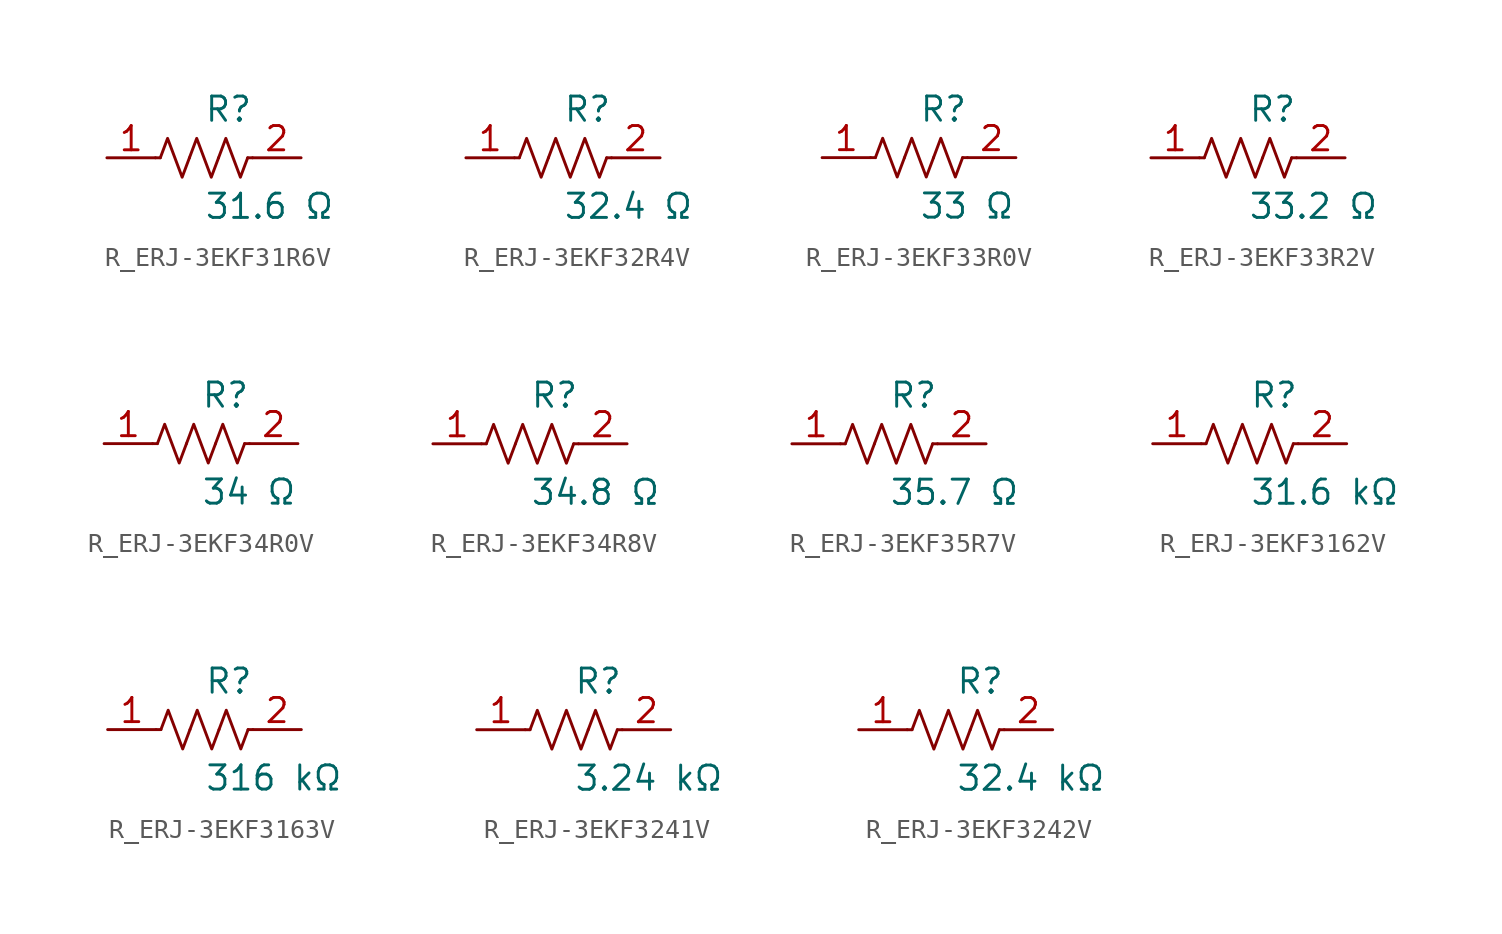
<source format=kicad_sym>
(kicad_symbol_lib
  (version 20231120)
  (generator kicad_symbol_editor)
  (generator_version 8.0)
  (symbol "R_ERJ-3EKF31R6V"
    (pin_names
      (offset 0.254))
    (property "Reference" "R"
      (at 0.0 2.54 0)
      (effects (font (size 1.27 1.27)) (justify left)))
    (property "Value" "31.6 Ω"
      (at 0.0 -2.54 0)
      (effects (font (size 1.27 1.27)) (justify left)))
    (symbol "R_ERJ-3EKF31R6V_0_1"
      (polyline (pts (xy 2.286 0) (xy 2.54 0)) (stroke (width 0) (type default)) (fill (type none)))
      (polyline (pts (xy -2.286 0) (xy -2.54 0)) (stroke (width 0) (type default)) (fill (type none)))
      (polyline (pts (xy 0.762 0) (xy 1.143 1.016) (xy 1.524 0) (xy 1.905 -1.016) (xy 2.286 0)) (stroke (width 0) (type default)) (fill (type none)))
      (polyline (pts (xy -0.762 0) (xy -0.381 1.016) (xy 0 0) (xy 0.381 -1.016) (xy 0.762 0)) (stroke (width 0) (type default)) (fill (type none)))
      (polyline (pts (xy -2.286 0) (xy -1.905 1.016) (xy -1.524 0) (xy -1.143 -1.016) (xy -0.762 0)) (stroke (width 0) (type default)) (fill (type none))))
    (pin unspecified line
      (at -5.08 0 0)
      (length 2.54)
      (name "" (effects (font (size 1.27 1.27))))
      (number "1" (effects (font (size 1.27 1.27)))))
    (pin unspecified line
      (at 5.08 0 180)
      (length 2.54)
      (name "" (effects (font (size 1.27 1.27))))
      (number "2" (effects (font (size 1.27 1.27))))))
  (symbol "R_ERJ-3EKF32R4V"
    (pin_names
      (offset 0.254))
    (property "Reference" "R"
      (at 0.0 2.54 0)
      (effects (font (size 1.27 1.27)) (justify left)))
    (property "Value" "32.4 Ω"
      (at 0.0 -2.54 0)
      (effects (font (size 1.27 1.27)) (justify left)))
    (symbol "R_ERJ-3EKF32R4V_0_1"
      (polyline (pts (xy 2.286 0) (xy 2.54 0)) (stroke (width 0) (type default)) (fill (type none)))
      (polyline (pts (xy -2.286 0) (xy -2.54 0)) (stroke (width 0) (type default)) (fill (type none)))
      (polyline (pts (xy 0.762 0) (xy 1.143 1.016) (xy 1.524 0) (xy 1.905 -1.016) (xy 2.286 0)) (stroke (width 0) (type default)) (fill (type none)))
      (polyline (pts (xy -0.762 0) (xy -0.381 1.016) (xy 0 0) (xy 0.381 -1.016) (xy 0.762 0)) (stroke (width 0) (type default)) (fill (type none)))
      (polyline (pts (xy -2.286 0) (xy -1.905 1.016) (xy -1.524 0) (xy -1.143 -1.016) (xy -0.762 0)) (stroke (width 0) (type default)) (fill (type none))))
    (pin unspecified line
      (at -5.08 0 0)
      (length 2.54)
      (name "" (effects (font (size 1.27 1.27))))
      (number "1" (effects (font (size 1.27 1.27)))))
    (pin unspecified line
      (at 5.08 0 180)
      (length 2.54)
      (name "" (effects (font (size 1.27 1.27))))
      (number "2" (effects (font (size 1.27 1.27))))))
  (symbol "R_ERJ-3EKF33R0V"
    (pin_names
      (offset 0.254))
    (property "Reference" "R"
      (at 0.0 2.54 0)
      (effects (font (size 1.27 1.27)) (justify left)))
    (property "Value" "33 Ω"
      (at 0.0 -2.54 0)
      (effects (font (size 1.27 1.27)) (justify left)))
    (symbol "R_ERJ-3EKF33R0V_0_1"
      (polyline (pts (xy 2.286 0) (xy 2.54 0)) (stroke (width 0) (type default)) (fill (type none)))
      (polyline (pts (xy -2.286 0) (xy -2.54 0)) (stroke (width 0) (type default)) (fill (type none)))
      (polyline (pts (xy 0.762 0) (xy 1.143 1.016) (xy 1.524 0) (xy 1.905 -1.016) (xy 2.286 0)) (stroke (width 0) (type default)) (fill (type none)))
      (polyline (pts (xy -0.762 0) (xy -0.381 1.016) (xy 0 0) (xy 0.381 -1.016) (xy 0.762 0)) (stroke (width 0) (type default)) (fill (type none)))
      (polyline (pts (xy -2.286 0) (xy -1.905 1.016) (xy -1.524 0) (xy -1.143 -1.016) (xy -0.762 0)) (stroke (width 0) (type default)) (fill (type none))))
    (pin unspecified line
      (at -5.08 0 0)
      (length 2.54)
      (name "" (effects (font (size 1.27 1.27))))
      (number "1" (effects (font (size 1.27 1.27)))))
    (pin unspecified line
      (at 5.08 0 180)
      (length 2.54)
      (name "" (effects (font (size 1.27 1.27))))
      (number "2" (effects (font (size 1.27 1.27))))))
  (symbol "R_ERJ-3EKF33R2V"
    (pin_names
      (offset 0.254))
    (property "Reference" "R"
      (at 0.0 2.54 0)
      (effects (font (size 1.27 1.27)) (justify left)))
    (property "Value" "33.2 Ω"
      (at 0.0 -2.54 0)
      (effects (font (size 1.27 1.27)) (justify left)))
    (symbol "R_ERJ-3EKF33R2V_0_1"
      (polyline (pts (xy 2.286 0) (xy 2.54 0)) (stroke (width 0) (type default)) (fill (type none)))
      (polyline (pts (xy -2.286 0) (xy -2.54 0)) (stroke (width 0) (type default)) (fill (type none)))
      (polyline (pts (xy 0.762 0) (xy 1.143 1.016) (xy 1.524 0) (xy 1.905 -1.016) (xy 2.286 0)) (stroke (width 0) (type default)) (fill (type none)))
      (polyline (pts (xy -0.762 0) (xy -0.381 1.016) (xy 0 0) (xy 0.381 -1.016) (xy 0.762 0)) (stroke (width 0) (type default)) (fill (type none)))
      (polyline (pts (xy -2.286 0) (xy -1.905 1.016) (xy -1.524 0) (xy -1.143 -1.016) (xy -0.762 0)) (stroke (width 0) (type default)) (fill (type none))))
    (pin unspecified line
      (at -5.08 0 0)
      (length 2.54)
      (name "" (effects (font (size 1.27 1.27))))
      (number "1" (effects (font (size 1.27 1.27)))))
    (pin unspecified line
      (at 5.08 0 180)
      (length 2.54)
      (name "" (effects (font (size 1.27 1.27))))
      (number "2" (effects (font (size 1.27 1.27))))))
  (symbol "R_ERJ-3EKF34R0V"
    (pin_names
      (offset 0.254))
    (property "Reference" "R"
      (at 0.0 2.54 0)
      (effects (font (size 1.27 1.27)) (justify left)))
    (property "Value" "34 Ω"
      (at 0.0 -2.54 0)
      (effects (font (size 1.27 1.27)) (justify left)))
    (symbol "R_ERJ-3EKF34R0V_0_1"
      (polyline (pts (xy 2.286 0) (xy 2.54 0)) (stroke (width 0) (type default)) (fill (type none)))
      (polyline (pts (xy -2.286 0) (xy -2.54 0)) (stroke (width 0) (type default)) (fill (type none)))
      (polyline (pts (xy 0.762 0) (xy 1.143 1.016) (xy 1.524 0) (xy 1.905 -1.016) (xy 2.286 0)) (stroke (width 0) (type default)) (fill (type none)))
      (polyline (pts (xy -0.762 0) (xy -0.381 1.016) (xy 0 0) (xy 0.381 -1.016) (xy 0.762 0)) (stroke (width 0) (type default)) (fill (type none)))
      (polyline (pts (xy -2.286 0) (xy -1.905 1.016) (xy -1.524 0) (xy -1.143 -1.016) (xy -0.762 0)) (stroke (width 0) (type default)) (fill (type none))))
    (pin unspecified line
      (at -5.08 0 0)
      (length 2.54)
      (name "" (effects (font (size 1.27 1.27))))
      (number "1" (effects (font (size 1.27 1.27)))))
    (pin unspecified line
      (at 5.08 0 180)
      (length 2.54)
      (name "" (effects (font (size 1.27 1.27))))
      (number "2" (effects (font (size 1.27 1.27))))))
  (symbol "R_ERJ-3EKF34R8V"
    (pin_names
      (offset 0.254))
    (property "Reference" "R"
      (at 0.0 2.54 0)
      (effects (font (size 1.27 1.27)) (justify left)))
    (property "Value" "34.8 Ω"
      (at 0.0 -2.54 0)
      (effects (font (size 1.27 1.27)) (justify left)))
    (symbol "R_ERJ-3EKF34R8V_0_1"
      (polyline (pts (xy 2.286 0) (xy 2.54 0)) (stroke (width 0) (type default)) (fill (type none)))
      (polyline (pts (xy -2.286 0) (xy -2.54 0)) (stroke (width 0) (type default)) (fill (type none)))
      (polyline (pts (xy 0.762 0) (xy 1.143 1.016) (xy 1.524 0) (xy 1.905 -1.016) (xy 2.286 0)) (stroke (width 0) (type default)) (fill (type none)))
      (polyline (pts (xy -0.762 0) (xy -0.381 1.016) (xy 0 0) (xy 0.381 -1.016) (xy 0.762 0)) (stroke (width 0) (type default)) (fill (type none)))
      (polyline (pts (xy -2.286 0) (xy -1.905 1.016) (xy -1.524 0) (xy -1.143 -1.016) (xy -0.762 0)) (stroke (width 0) (type default)) (fill (type none))))
    (pin unspecified line
      (at -5.08 0 0)
      (length 2.54)
      (name "" (effects (font (size 1.27 1.27))))
      (number "1" (effects (font (size 1.27 1.27)))))
    (pin unspecified line
      (at 5.08 0 180)
      (length 2.54)
      (name "" (effects (font (size 1.27 1.27))))
      (number "2" (effects (font (size 1.27 1.27))))))
  (symbol "R_ERJ-3EKF35R7V"
    (pin_names
      (offset 0.254))
    (property "Reference" "R"
      (at 0.0 2.54 0)
      (effects (font (size 1.27 1.27)) (justify left)))
    (property "Value" "35.7 Ω"
      (at 0.0 -2.54 0)
      (effects (font (size 1.27 1.27)) (justify left)))
    (symbol "R_ERJ-3EKF35R7V_0_1"
      (polyline (pts (xy 2.286 0) (xy 2.54 0)) (stroke (width 0) (type default)) (fill (type none)))
      (polyline (pts (xy -2.286 0) (xy -2.54 0)) (stroke (width 0) (type default)) (fill (type none)))
      (polyline (pts (xy 0.762 0) (xy 1.143 1.016) (xy 1.524 0) (xy 1.905 -1.016) (xy 2.286 0)) (stroke (width 0) (type default)) (fill (type none)))
      (polyline (pts (xy -0.762 0) (xy -0.381 1.016) (xy 0 0) (xy 0.381 -1.016) (xy 0.762 0)) (stroke (width 0) (type default)) (fill (type none)))
      (polyline (pts (xy -2.286 0) (xy -1.905 1.016) (xy -1.524 0) (xy -1.143 -1.016) (xy -0.762 0)) (stroke (width 0) (type default)) (fill (type none))))
    (pin unspecified line
      (at -5.08 0 0)
      (length 2.54)
      (name "" (effects (font (size 1.27 1.27))))
      (number "1" (effects (font (size 1.27 1.27)))))
    (pin unspecified line
      (at 5.08 0 180)
      (length 2.54)
      (name "" (effects (font (size 1.27 1.27))))
      (number "2" (effects (font (size 1.27 1.27))))))
  (symbol "R_ERJ-3EKF3162V"
    (pin_names
      (offset 0.254))
    (property "Reference" "R"
      (at 0.0 2.54 0)
      (effects (font (size 1.27 1.27)) (justify left)))
    (property "Value" "31.6 kΩ"
      (at 0.0 -2.54 0)
      (effects (font (size 1.27 1.27)) (justify left)))
    (symbol "R_ERJ-3EKF3162V_0_1"
      (polyline (pts (xy 2.286 0) (xy 2.54 0)) (stroke (width 0) (type default)) (fill (type none)))
      (polyline (pts (xy -2.286 0) (xy -2.54 0)) (stroke (width 0) (type default)) (fill (type none)))
      (polyline (pts (xy 0.762 0) (xy 1.143 1.016) (xy 1.524 0) (xy 1.905 -1.016) (xy 2.286 0)) (stroke (width 0) (type default)) (fill (type none)))
      (polyline (pts (xy -0.762 0) (xy -0.381 1.016) (xy 0 0) (xy 0.381 -1.016) (xy 0.762 0)) (stroke (width 0) (type default)) (fill (type none)))
      (polyline (pts (xy -2.286 0) (xy -1.905 1.016) (xy -1.524 0) (xy -1.143 -1.016) (xy -0.762 0)) (stroke (width 0) (type default)) (fill (type none))))
    (pin unspecified line
      (at -5.08 0 0)
      (length 2.54)
      (name "" (effects (font (size 1.27 1.27))))
      (number "1" (effects (font (size 1.27 1.27)))))
    (pin unspecified line
      (at 5.08 0 180)
      (length 2.54)
      (name "" (effects (font (size 1.27 1.27))))
      (number "2" (effects (font (size 1.27 1.27))))))
  (symbol "R_ERJ-3EKF3163V"
    (pin_names
      (offset 0.254))
    (property "Reference" "R"
      (at 0.0 2.54 0)
      (effects (font (size 1.27 1.27)) (justify left)))
    (property "Value" "316 kΩ"
      (at 0.0 -2.54 0)
      (effects (font (size 1.27 1.27)) (justify left)))
    (symbol "R_ERJ-3EKF3163V_0_1"
      (polyline (pts (xy 2.286 0) (xy 2.54 0)) (stroke (width 0) (type default)) (fill (type none)))
      (polyline (pts (xy -2.286 0) (xy -2.54 0)) (stroke (width 0) (type default)) (fill (type none)))
      (polyline (pts (xy 0.762 0) (xy 1.143 1.016) (xy 1.524 0) (xy 1.905 -1.016) (xy 2.286 0)) (stroke (width 0) (type default)) (fill (type none)))
      (polyline (pts (xy -0.762 0) (xy -0.381 1.016) (xy 0 0) (xy 0.381 -1.016) (xy 0.762 0)) (stroke (width 0) (type default)) (fill (type none)))
      (polyline (pts (xy -2.286 0) (xy -1.905 1.016) (xy -1.524 0) (xy -1.143 -1.016) (xy -0.762 0)) (stroke (width 0) (type default)) (fill (type none))))
    (pin unspecified line
      (at -5.08 0 0)
      (length 2.54)
      (name "" (effects (font (size 1.27 1.27))))
      (number "1" (effects (font (size 1.27 1.27)))))
    (pin unspecified line
      (at 5.08 0 180)
      (length 2.54)
      (name "" (effects (font (size 1.27 1.27))))
      (number "2" (effects (font (size 1.27 1.27))))))
  (symbol "R_ERJ-3EKF3241V"
    (pin_names
      (offset 0.254))
    (property "Reference" "R"
      (at 0.0 2.54 0)
      (effects (font (size 1.27 1.27)) (justify left)))
    (property "Value" "3.24 kΩ"
      (at 0.0 -2.54 0)
      (effects (font (size 1.27 1.27)) (justify left)))
    (symbol "R_ERJ-3EKF3241V_0_1"
      (polyline (pts (xy 2.286 0) (xy 2.54 0)) (stroke (width 0) (type default)) (fill (type none)))
      (polyline (pts (xy -2.286 0) (xy -2.54 0)) (stroke (width 0) (type default)) (fill (type none)))
      (polyline (pts (xy 0.762 0) (xy 1.143 1.016) (xy 1.524 0) (xy 1.905 -1.016) (xy 2.286 0)) (stroke (width 0) (type default)) (fill (type none)))
      (polyline (pts (xy -0.762 0) (xy -0.381 1.016) (xy 0 0) (xy 0.381 -1.016) (xy 0.762 0)) (stroke (width 0) (type default)) (fill (type none)))
      (polyline (pts (xy -2.286 0) (xy -1.905 1.016) (xy -1.524 0) (xy -1.143 -1.016) (xy -0.762 0)) (stroke (width 0) (type default)) (fill (type none))))
    (pin unspecified line
      (at -5.08 0 0)
      (length 2.54)
      (name "" (effects (font (size 1.27 1.27))))
      (number "1" (effects (font (size 1.27 1.27)))))
    (pin unspecified line
      (at 5.08 0 180)
      (length 2.54)
      (name "" (effects (font (size 1.27 1.27))))
      (number "2" (effects (font (size 1.27 1.27))))))
  (symbol "R_ERJ-3EKF3242V"
    (pin_names
      (offset 0.254))
    (property "Reference" "R"
      (at 0.0 2.54 0)
      (effects (font (size 1.27 1.27)) (justify left)))
    (property "Value" "32.4 kΩ"
      (at 0.0 -2.54 0)
      (effects (font (size 1.27 1.27)) (justify left)))
    (symbol "R_ERJ-3EKF3242V_0_1"
      (polyline (pts (xy 2.286 0) (xy 2.54 0)) (stroke (width 0) (type default)) (fill (type none)))
      (polyline (pts (xy -2.286 0) (xy -2.54 0)) (stroke (width 0) (type default)) (fill (type none)))
      (polyline (pts (xy 0.762 0) (xy 1.143 1.016) (xy 1.524 0) (xy 1.905 -1.016) (xy 2.286 0)) (stroke (width 0) (type default)) (fill (type none)))
      (polyline (pts (xy -0.762 0) (xy -0.381 1.016) (xy 0 0) (xy 0.381 -1.016) (xy 0.762 0)) (stroke (width 0) (type default)) (fill (type none)))
      (polyline (pts (xy -2.286 0) (xy -1.905 1.016) (xy -1.524 0) (xy -1.143 -1.016) (xy -0.762 0)) (stroke (width 0) (type default)) (fill (type none))))
    (pin unspecified line
      (at -5.08 0 0)
      (length 2.54)
      (name "" (effects (font (size 1.27 1.27))))
      (number "1" (effects (font (size 1.27 1.27)))))
    (pin unspecified line
      (at 5.08 0 180)
      (length 2.54)
      (name "" (effects (font (size 1.27 1.27))))
      (number "2" (effects (font (size 1.27 1.27)))))))
</source>
